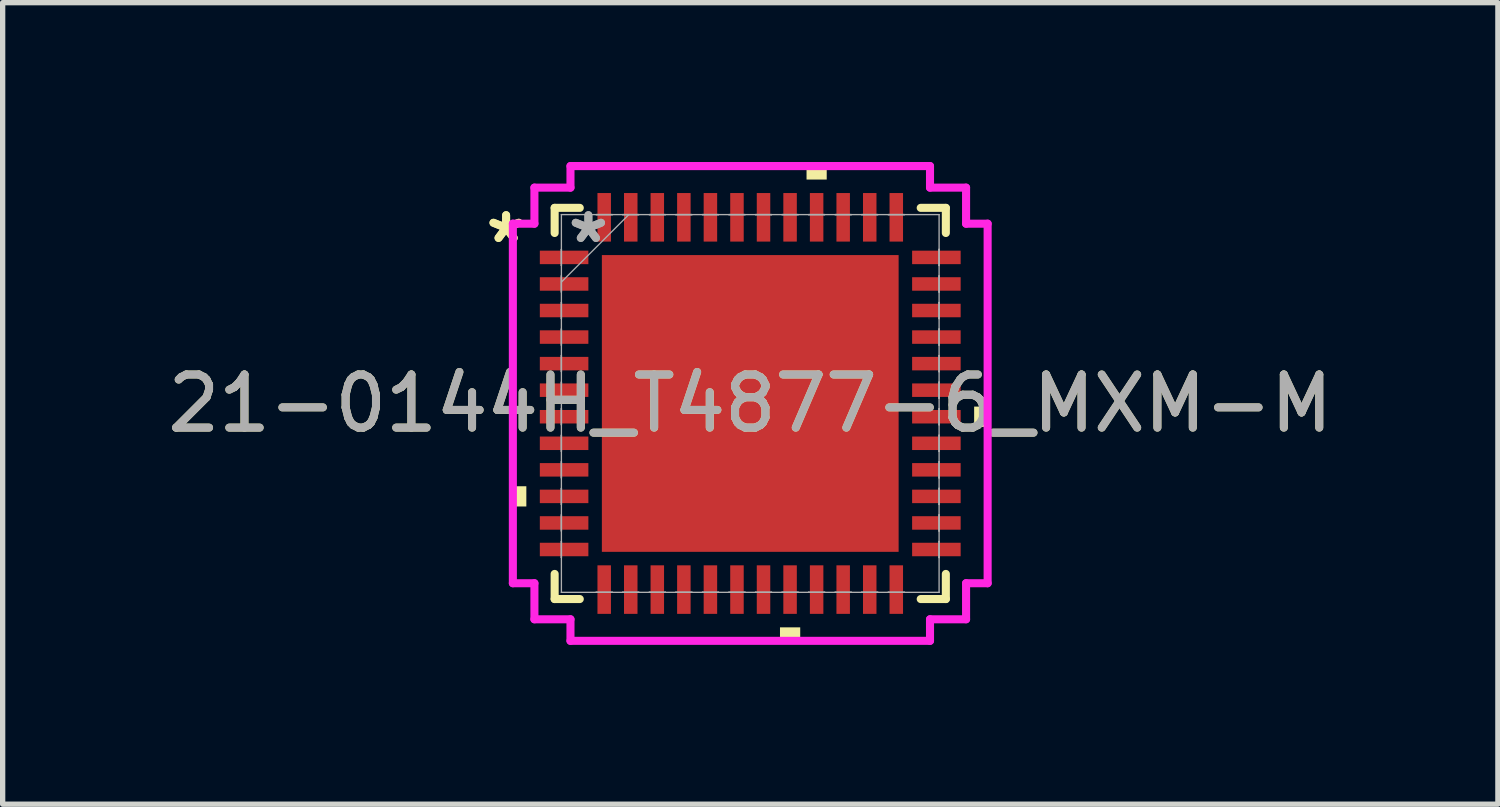
<source format=kicad_pcb>
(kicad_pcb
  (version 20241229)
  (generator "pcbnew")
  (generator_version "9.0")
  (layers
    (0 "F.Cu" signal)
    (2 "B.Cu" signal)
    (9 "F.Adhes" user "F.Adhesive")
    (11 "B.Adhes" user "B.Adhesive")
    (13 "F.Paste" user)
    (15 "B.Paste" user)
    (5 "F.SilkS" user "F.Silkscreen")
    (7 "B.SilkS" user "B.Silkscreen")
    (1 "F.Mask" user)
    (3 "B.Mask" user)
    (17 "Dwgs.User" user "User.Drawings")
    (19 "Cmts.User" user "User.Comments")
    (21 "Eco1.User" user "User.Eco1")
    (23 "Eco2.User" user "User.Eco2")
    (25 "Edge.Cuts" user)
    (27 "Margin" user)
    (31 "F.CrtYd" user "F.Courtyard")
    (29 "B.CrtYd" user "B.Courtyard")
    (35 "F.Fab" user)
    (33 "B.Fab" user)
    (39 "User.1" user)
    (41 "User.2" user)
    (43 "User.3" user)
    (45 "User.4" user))
  (footprint "21-0144H_T4877-6_MXM-M"
    (layer "F.Cu")
    (at 11.077 4.547)
    (property "Reference" "21-0144H_T4877-6_MXM-M" (at 0 0 0) (unlocked yes) (layer "F.SilkS") (effects (font (size 1 1) (thickness 0.15))))
    (attr smd)
    (fp_line (start -3.683 -3.683) (end -3.683 -3.21) (stroke (width 0.152) (type solid)) (layer "F.SilkS"))
    (fp_line (start -3.683 3.21) (end -3.683 3.683) (stroke (width 0.152) (type solid)) (layer "F.SilkS"))
    (fp_line (start -3.683 3.683) (end -3.21 3.683) (stroke (width 0.152) (type solid)) (layer "F.SilkS"))
    (fp_line (start -3.21 -3.683) (end -3.683 -3.683) (stroke (width 0.152) (type solid)) (layer "F.SilkS"))
    (fp_line (start 3.21 3.683) (end 3.683 3.683) (stroke (width 0.152) (type solid)) (layer "F.SilkS"))
    (fp_line (start 3.683 -3.683) (end 3.21 -3.683) (stroke (width 0.152) (type solid)) (layer "F.SilkS"))
    (fp_line (start 3.683 -3.21) (end 3.683 -3.683) (stroke (width 0.152) (type solid)) (layer "F.SilkS"))
    (fp_line (start 3.683 3.683) (end 3.683 3.21) (stroke (width 0.152) (type solid)) (layer "F.SilkS"))
    (fp_poly (pts (xy -4.47 1.559) (xy -4.47 1.94) (xy -4.216 1.94) (xy -4.216 1.559)) (stroke (width 0) (type solid)) (fill yes) (layer "F.SilkS"))
    (fp_poly (pts (xy 0.56 4.216) (xy 0.56 4.47) (xy 0.941 4.47) (xy 0.941 4.216)) (stroke (width 0) (type solid)) (fill yes) (layer "F.SilkS"))
    (fp_poly (pts (xy 1.06 -4.216) (xy 1.06 -4.47) (xy 1.44 -4.47) (xy 1.44 -4.216)) (stroke (width 0) (type solid)) (fill yes) (layer "F.SilkS"))
    (fp_poly (pts (xy 4.47 0.059) (xy 4.47 0.441) (xy 4.216 0.441) (xy 4.216 0.059)) (stroke (width 0) (type solid)) (fill yes) (layer "F.SilkS"))
    (fp_poly (pts (xy -2.694 -2.694) (xy -2.694 -1.497) (xy -1.497 -1.497) (xy -1.497 -2.694)) (stroke (width 0) (type solid)) (fill yes) (layer "F.Paste"))
    (fp_poly (pts (xy -2.694 -1.297) (xy -2.694 -0.1) (xy -1.497 -0.1) (xy -1.497 -1.297)) (stroke (width 0) (type solid)) (fill yes) (layer "F.Paste"))
    (fp_poly (pts (xy -2.694 0.1) (xy -2.694 1.297) (xy -1.497 1.297) (xy -1.497 0.1)) (stroke (width 0) (type solid)) (fill yes) (layer "F.Paste"))
    (fp_poly (pts (xy -2.694 1.497) (xy -2.694 2.694) (xy -1.497 2.694) (xy -1.497 1.497)) (stroke (width 0) (type solid)) (fill yes) (layer "F.Paste"))
    (fp_poly (pts (xy -1.297 -2.694) (xy -1.297 -1.497) (xy -0.1 -1.497) (xy -0.1 -2.694)) (stroke (width 0) (type solid)) (fill yes) (layer "F.Paste"))
    (fp_poly (pts (xy -1.297 -1.297) (xy -1.297 -0.1) (xy -0.1 -0.1) (xy -0.1 -1.297)) (stroke (width 0) (type solid)) (fill yes) (layer "F.Paste"))
    (fp_poly (pts (xy -1.297 0.1) (xy -1.297 1.297) (xy -0.1 1.297) (xy -0.1 0.1)) (stroke (width 0) (type solid)) (fill yes) (layer "F.Paste"))
    (fp_poly (pts (xy -1.297 1.497) (xy -1.297 2.694) (xy -0.1 2.694) (xy -0.1 1.497)) (stroke (width 0) (type solid)) (fill yes) (layer "F.Paste"))
    (fp_poly (pts (xy 0.1 -2.694) (xy 0.1 -1.497) (xy 1.297 -1.497) (xy 1.297 -2.694)) (stroke (width 0) (type solid)) (fill yes) (layer "F.Paste"))
    (fp_poly (pts (xy 0.1 -1.297) (xy 0.1 -0.1) (xy 1.297 -0.1) (xy 1.297 -1.297)) (stroke (width 0) (type solid)) (fill yes) (layer "F.Paste"))
    (fp_poly (pts (xy 0.1 0.1) (xy 0.1 1.297) (xy 1.297 1.297) (xy 1.297 0.1)) (stroke (width 0) (type solid)) (fill yes) (layer "F.Paste"))
    (fp_poly (pts (xy 0.1 1.497) (xy 0.1 2.694) (xy 1.297 2.694) (xy 1.297 1.497)) (stroke (width 0) (type solid)) (fill yes) (layer "F.Paste"))
    (fp_poly (pts (xy 1.497 -2.694) (xy 1.497 -1.497) (xy 2.694 -1.497) (xy 2.694 -2.694)) (stroke (width 0) (type solid)) (fill yes) (layer "F.Paste"))
    (fp_poly (pts (xy 1.497 -1.297) (xy 1.497 -0.1) (xy 2.694 -0.1) (xy 2.694 -1.297)) (stroke (width 0) (type solid)) (fill yes) (layer "F.Paste"))
    (fp_poly (pts (xy 1.497 0.1) (xy 1.497 1.297) (xy 2.694 1.297) (xy 2.694 0.1)) (stroke (width 0) (type solid)) (fill yes) (layer "F.Paste"))
    (fp_poly (pts (xy 1.497 1.497) (xy 1.497 2.694) (xy 2.694 2.694) (xy 2.694 1.497)) (stroke (width 0) (type solid)) (fill yes) (layer "F.Paste"))
    (fp_line (start -4.47 -3.385) (end -4.064 -3.385) (stroke (width 0.152) (type solid)) (layer "F.CrtYd"))
    (fp_line (start -4.47 3.385) (end -4.47 -3.385) (stroke (width 0.152) (type solid)) (layer "F.CrtYd"))
    (fp_line (start -4.064 -4.064) (end -3.385 -4.064) (stroke (width 0.152) (type solid)) (layer "F.CrtYd"))
    (fp_line (start -4.064 -3.385) (end -4.064 -4.064) (stroke (width 0.152) (type solid)) (layer "F.CrtYd"))
    (fp_line (start -4.064 3.385) (end -4.47 3.385) (stroke (width 0.152) (type solid)) (layer "F.CrtYd"))
    (fp_line (start -4.064 4.064) (end -4.064 3.385) (stroke (width 0.152) (type solid)) (layer "F.CrtYd"))
    (fp_line (start -3.385 -4.47) (end 3.385 -4.47) (stroke (width 0.152) (type solid)) (layer "F.CrtYd"))
    (fp_line (start -3.385 -4.064) (end -3.385 -4.47) (stroke (width 0.152) (type solid)) (layer "F.CrtYd"))
    (fp_line (start -3.385 4.064) (end -4.064 4.064) (stroke (width 0.152) (type solid)) (layer "F.CrtYd"))
    (fp_line (start -3.385 4.47) (end -3.385 4.064) (stroke (width 0.152) (type solid)) (layer "F.CrtYd"))
    (fp_line (start 3.385 -4.47) (end 3.385 -4.064) (stroke (width 0.152) (type solid)) (layer "F.CrtYd"))
    (fp_line (start 3.385 -4.064) (end 4.064 -4.064) (stroke (width 0.152) (type solid)) (layer "F.CrtYd"))
    (fp_line (start 3.385 4.064) (end 3.385 4.47) (stroke (width 0.152) (type solid)) (layer "F.CrtYd"))
    (fp_line (start 3.385 4.47) (end -3.385 4.47) (stroke (width 0.152) (type solid)) (layer "F.CrtYd"))
    (fp_line (start 4.064 -4.064) (end 4.064 -3.385) (stroke (width 0.152) (type solid)) (layer "F.CrtYd"))
    (fp_line (start 4.064 -3.385) (end 4.47 -3.385) (stroke (width 0.152) (type solid)) (layer "F.CrtYd"))
    (fp_line (start 4.064 3.385) (end 4.064 4.064) (stroke (width 0.152) (type solid)) (layer "F.CrtYd"))
    (fp_line (start 4.064 4.064) (end 3.385 4.064) (stroke (width 0.152) (type solid)) (layer "F.CrtYd"))
    (fp_line (start 4.47 -3.385) (end 4.47 3.385) (stroke (width 0.152) (type solid)) (layer "F.CrtYd"))
    (fp_line (start 4.47 3.385) (end 4.064 3.385) (stroke (width 0.152) (type solid)) (layer "F.CrtYd"))
    (fp_line (start -3.556 -3.556) (end -3.556 -3.556) (stroke (width 0.025) (type solid)) (layer "F.Fab"))
    (fp_line (start -3.556 -3.556) (end -3.556 3.556) (stroke (width 0.025) (type solid)) (layer "F.Fab"))
    (fp_line (start -3.556 -2.902) (end -3.556 -2.902) (stroke (width 0.025) (type solid)) (layer "F.Fab"))
    (fp_line (start -3.556 -2.902) (end -3.556 -2.598) (stroke (width 0.025) (type solid)) (layer "F.Fab"))
    (fp_line (start -3.556 -2.598) (end -3.556 -2.902) (stroke (width 0.025) (type solid)) (layer "F.Fab"))
    (fp_line (start -3.556 -2.598) (end -3.556 -2.598) (stroke (width 0.025) (type solid)) (layer "F.Fab"))
    (fp_line (start -3.556 -2.402) (end -3.556 -2.402) (stroke (width 0.025) (type solid)) (layer "F.Fab"))
    (fp_line (start -3.556 -2.402) (end -3.556 -2.098) (stroke (width 0.025) (type solid)) (layer "F.Fab"))
    (fp_line (start -3.556 -2.286) (end -2.286 -3.556) (stroke (width 0.025) (type solid)) (layer "F.Fab"))
    (fp_line (start -3.556 -2.098) (end -3.556 -2.402) (stroke (width 0.025) (type solid)) (layer "F.Fab"))
    (fp_line (start -3.556 -2.098) (end -3.556 -2.098) (stroke (width 0.025) (type solid)) (layer "F.Fab"))
    (fp_line (start -3.556 -1.902) (end -3.556 -1.902) (stroke (width 0.025) (type solid)) (layer "F.Fab"))
    (fp_line (start -3.556 -1.902) (end -3.556 -1.598) (stroke (width 0.025) (type solid)) (layer "F.Fab"))
    (fp_line (start -3.556 -1.598) (end -3.556 -1.902) (stroke (width 0.025) (type solid)) (layer "F.Fab"))
    (fp_line (start -3.556 -1.598) (end -3.556 -1.598) (stroke (width 0.025) (type solid)) (layer "F.Fab"))
    (fp_line (start -3.556 -1.402) (end -3.556 -1.402) (stroke (width 0.025) (type solid)) (layer "F.Fab"))
    (fp_line (start -3.556 -1.402) (end -3.556 -1.098) (stroke (width 0.025) (type solid)) (layer "F.Fab"))
    (fp_line (start -3.556 -1.098) (end -3.556 -1.402) (stroke (width 0.025) (type solid)) (layer "F.Fab"))
    (fp_line (start -3.556 -1.098) (end -3.556 -1.098) (stroke (width 0.025) (type solid)) (layer "F.Fab"))
    (fp_line (start -3.556 -0.902) (end -3.556 -0.902) (stroke (width 0.025) (type solid)) (layer "F.Fab"))
    (fp_line (start -3.556 -0.902) (end -3.556 -0.598) (stroke (width 0.025) (type solid)) (layer "F.Fab"))
    (fp_line (start -3.556 -0.598) (end -3.556 -0.902) (stroke (width 0.025) (type solid)) (layer "F.Fab"))
    (fp_line (start -3.556 -0.598) (end -3.556 -0.598) (stroke (width 0.025) (type solid)) (layer "F.Fab"))
    (fp_line (start -3.556 -0.402) (end -3.556 -0.402) (stroke (width 0.025) (type solid)) (layer "F.Fab"))
    (fp_line (start -3.556 -0.402) (end -3.556 -0.098) (stroke (width 0.025) (type solid)) (layer "F.Fab"))
    (fp_line (start -3.556 -0.098) (end -3.556 -0.402) (stroke (width 0.025) (type solid)) (layer "F.Fab"))
    (fp_line (start -3.556 -0.098) (end -3.556 -0.098) (stroke (width 0.025) (type solid)) (layer "F.Fab"))
    (fp_line (start -3.556 0.098) (end -3.556 0.098) (stroke (width 0.025) (type solid)) (layer "F.Fab"))
    (fp_line (start -3.556 0.098) (end -3.556 0.402) (stroke (width 0.025) (type solid)) (layer "F.Fab"))
    (fp_line (start -3.556 0.402) (end -3.556 0.098) (stroke (width 0.025) (type solid)) (layer "F.Fab"))
    (fp_line (start -3.556 0.402) (end -3.556 0.402) (stroke (width 0.025) (type solid)) (layer "F.Fab"))
    (fp_line (start -3.556 0.598) (end -3.556 0.598) (stroke (width 0.025) (type solid)) (layer "F.Fab"))
    (fp_line (start -3.556 0.598) (end -3.556 0.902) (stroke (width 0.025) (type solid)) (layer "F.Fab"))
    (fp_line (start -3.556 0.902) (end -3.556 0.598) (stroke (width 0.025) (type solid)) (layer "F.Fab"))
    (fp_line (start -3.556 0.902) (end -3.556 0.902) (stroke (width 0.025) (type solid)) (layer "F.Fab"))
    (fp_line (start -3.556 1.098) (end -3.556 1.098) (stroke (width 0.025) (type solid)) (layer "F.Fab"))
    (fp_line (start -3.556 1.098) (end -3.556 1.402) (stroke (width 0.025) (type solid)) (layer "F.Fab"))
    (fp_line (start -3.556 1.402) (end -3.556 1.098) (stroke (width 0.025) (type solid)) (layer "F.Fab"))
    (fp_line (start -3.556 1.402) (end -3.556 1.402) (stroke (width 0.025) (type solid)) (layer "F.Fab"))
    (fp_line (start -3.556 1.598) (end -3.556 1.598) (stroke (width 0.025) (type solid)) (layer "F.Fab"))
    (fp_line (start -3.556 1.598) (end -3.556 1.902) (stroke (width 0.025) (type solid)) (layer "F.Fab"))
    (fp_line (start -3.556 1.902) (end -3.556 1.598) (stroke (width 0.025) (type solid)) (layer "F.Fab"))
    (fp_line (start -3.556 1.902) (end -3.556 1.902) (stroke (width 0.025) (type solid)) (layer "F.Fab"))
    (fp_line (start -3.556 2.098) (end -3.556 2.098) (stroke (width 0.025) (type solid)) (layer "F.Fab"))
    (fp_line (start -3.556 2.098) (end -3.556 2.402) (stroke (width 0.025) (type solid)) (layer "F.Fab"))
    (fp_line (start -3.556 2.402) (end -3.556 2.098) (stroke (width 0.025) (type solid)) (layer "F.Fab"))
    (fp_line (start -3.556 2.402) (end -3.556 2.402) (stroke (width 0.025) (type solid)) (layer "F.Fab"))
    (fp_line (start -3.556 2.598) (end -3.556 2.598) (stroke (width 0.025) (type solid)) (layer "F.Fab"))
    (fp_line (start -3.556 2.598) (end -3.556 2.902) (stroke (width 0.025) (type solid)) (layer "F.Fab"))
    (fp_line (start -3.556 2.902) (end -3.556 2.598) (stroke (width 0.025) (type solid)) (layer "F.Fab"))
    (fp_line (start -3.556 2.902) (end -3.556 2.902) (stroke (width 0.025) (type solid)) (layer "F.Fab"))
    (fp_line (start -3.556 3.556) (end -3.556 3.556) (stroke (width 0.025) (type solid)) (layer "F.Fab"))
    (fp_line (start -3.556 3.556) (end 3.556 3.556) (stroke (width 0.025) (type solid)) (layer "F.Fab"))
    (fp_line (start -2.902 -3.556) (end -2.902 -3.556) (stroke (width 0.025) (type solid)) (layer "F.Fab"))
    (fp_line (start -2.902 -3.556) (end -2.598 -3.556) (stroke (width 0.025) (type solid)) (layer "F.Fab"))
    (fp_line (start -2.902 3.556) (end -2.902 3.556) (stroke (width 0.025) (type solid)) (layer "F.Fab"))
    (fp_line (start -2.902 3.556) (end -2.598 3.556) (stroke (width 0.025) (type solid)) (layer "F.Fab"))
    (fp_line (start -2.598 -3.556) (end -2.902 -3.556) (stroke (width 0.025) (type solid)) (layer "F.Fab"))
    (fp_line (start -2.598 -3.556) (end -2.598 -3.556) (stroke (width 0.025) (type solid)) (layer "F.Fab"))
    (fp_line (start -2.598 3.556) (end -2.902 3.556) (stroke (width 0.025) (type solid)) (layer "F.Fab"))
    (fp_line (start -2.598 3.556) (end -2.598 3.556) (stroke (width 0.025) (type solid)) (layer "F.Fab"))
    (fp_line (start -2.402 -3.556) (end -2.402 -3.556) (stroke (width 0.025) (type solid)) (layer "F.Fab"))
    (fp_line (start -2.402 -3.556) (end -2.098 -3.556) (stroke (width 0.025) (type solid)) (layer "F.Fab"))
    (fp_line (start -2.402 3.556) (end -2.402 3.556) (stroke (width 0.025) (type solid)) (layer "F.Fab"))
    (fp_line (start -2.402 3.556) (end -2.098 3.556) (stroke (width 0.025) (type solid)) (layer "F.Fab"))
    (fp_line (start -2.098 -3.556) (end -2.402 -3.556) (stroke (width 0.025) (type solid)) (layer "F.Fab"))
    (fp_line (start -2.098 -3.556) (end -2.098 -3.556) (stroke (width 0.025) (type solid)) (layer "F.Fab"))
    (fp_line (start -2.098 3.556) (end -2.402 3.556) (stroke (width 0.025) (type solid)) (layer "F.Fab"))
    (fp_line (start -2.098 3.556) (end -2.098 3.556) (stroke (width 0.025) (type solid)) (layer "F.Fab"))
    (fp_line (start -1.902 -3.556) (end -1.902 -3.556) (stroke (width 0.025) (type solid)) (layer "F.Fab"))
    (fp_line (start -1.902 -3.556) (end -1.598 -3.556) (stroke (width 0.025) (type solid)) (layer "F.Fab"))
    (fp_line (start -1.902 3.556) (end -1.902 3.556) (stroke (width 0.025) (type solid)) (layer "F.Fab"))
    (fp_line (start -1.902 3.556) (end -1.598 3.556) (stroke (width 0.025) (type solid)) (layer "F.Fab"))
    (fp_line (start -1.598 -3.556) (end -1.902 -3.556) (stroke (width 0.025) (type solid)) (layer "F.Fab"))
    (fp_line (start -1.598 -3.556) (end -1.598 -3.556) (stroke (width 0.025) (type solid)) (layer "F.Fab"))
    (fp_line (start -1.598 3.556) (end -1.902 3.556) (stroke (width 0.025) (type solid)) (layer "F.Fab"))
    (fp_line (start -1.598 3.556) (end -1.598 3.556) (stroke (width 0.025) (type solid)) (layer "F.Fab"))
    (fp_line (start -1.402 -3.556) (end -1.402 -3.556) (stroke (width 0.025) (type solid)) (layer "F.Fab"))
    (fp_line (start -1.402 -3.556) (end -1.098 -3.556) (stroke (width 0.025) (type solid)) (layer "F.Fab"))
    (fp_line (start -1.402 3.556) (end -1.402 3.556) (stroke (width 0.025) (type solid)) (layer "F.Fab"))
    (fp_line (start -1.402 3.556) (end -1.098 3.556) (stroke (width 0.025) (type solid)) (layer "F.Fab"))
    (fp_line (start -1.098 -3.556) (end -1.402 -3.556) (stroke (width 0.025) (type solid)) (layer "F.Fab"))
    (fp_line (start -1.098 -3.556) (end -1.098 -3.556) (stroke (width 0.025) (type solid)) (layer "F.Fab"))
    (fp_line (start -1.098 3.556) (end -1.402 3.556) (stroke (width 0.025) (type solid)) (layer "F.Fab"))
    (fp_line (start -1.098 3.556) (end -1.098 3.556) (stroke (width 0.025) (type solid)) (layer "F.Fab"))
    (fp_line (start -0.902 -3.556) (end -0.902 -3.556) (stroke (width 0.025) (type solid)) (layer "F.Fab"))
    (fp_line (start -0.902 -3.556) (end -0.598 -3.556) (stroke (width 0.025) (type solid)) (layer "F.Fab"))
    (fp_line (start -0.902 3.556) (end -0.902 3.556) (stroke (width 0.025) (type solid)) (layer "F.Fab"))
    (fp_line (start -0.902 3.556) (end -0.598 3.556) (stroke (width 0.025) (type solid)) (layer "F.Fab"))
    (fp_line (start -0.598 -3.556) (end -0.902 -3.556) (stroke (width 0.025) (type solid)) (layer "F.Fab"))
    (fp_line (start -0.598 -3.556) (end -0.598 -3.556) (stroke (width 0.025) (type solid)) (layer "F.Fab"))
    (fp_line (start -0.598 3.556) (end -0.902 3.556) (stroke (width 0.025) (type solid)) (layer "F.Fab"))
    (fp_line (start -0.598 3.556) (end -0.598 3.556) (stroke (width 0.025) (type solid)) (layer "F.Fab"))
    (fp_line (start -0.402 -3.556) (end -0.402 -3.556) (stroke (width 0.025) (type solid)) (layer "F.Fab"))
    (fp_line (start -0.402 -3.556) (end -0.098 -3.556) (stroke (width 0.025) (type solid)) (layer "F.Fab"))
    (fp_line (start -0.402 3.556) (end -0.402 3.556) (stroke (width 0.025) (type solid)) (layer "F.Fab"))
    (fp_line (start -0.402 3.556) (end -0.098 3.556) (stroke (width 0.025) (type solid)) (layer "F.Fab"))
    (fp_line (start -0.098 -3.556) (end -0.402 -3.556) (stroke (width 0.025) (type solid)) (layer "F.Fab"))
    (fp_line (start -0.098 -3.556) (end -0.098 -3.556) (stroke (width 0.025) (type solid)) (layer "F.Fab"))
    (fp_line (start -0.098 3.556) (end -0.402 3.556) (stroke (width 0.025) (type solid)) (layer "F.Fab"))
    (fp_line (start -0.098 3.556) (end -0.098 3.556) (stroke (width 0.025) (type solid)) (layer "F.Fab"))
    (fp_line (start 0.098 -3.556) (end 0.098 -3.556) (stroke (width 0.025) (type solid)) (layer "F.Fab"))
    (fp_line (start 0.098 -3.556) (end 0.402 -3.556) (stroke (width 0.025) (type solid)) (layer "F.Fab"))
    (fp_line (start 0.098 3.556) (end 0.098 3.556) (stroke (width 0.025) (type solid)) (layer "F.Fab"))
    (fp_line (start 0.098 3.556) (end 0.402 3.556) (stroke (width 0.025) (type solid)) (layer "F.Fab"))
    (fp_line (start 0.402 -3.556) (end 0.098 -3.556) (stroke (width 0.025) (type solid)) (layer "F.Fab"))
    (fp_line (start 0.402 -3.556) (end 0.402 -3.556) (stroke (width 0.025) (type solid)) (layer "F.Fab"))
    (fp_line (start 0.402 3.556) (end 0.098 3.556) (stroke (width 0.025) (type solid)) (layer "F.Fab"))
    (fp_line (start 0.402 3.556) (end 0.402 3.556) (stroke (width 0.025) (type solid)) (layer "F.Fab"))
    (fp_line (start 0.598 -3.556) (end 0.598 -3.556) (stroke (width 0.025) (type solid)) (layer "F.Fab"))
    (fp_line (start 0.598 -3.556) (end 0.902 -3.556) (stroke (width 0.025) (type solid)) (layer "F.Fab"))
    (fp_line (start 0.598 3.556) (end 0.598 3.556) (stroke (width 0.025) (type solid)) (layer "F.Fab"))
    (fp_line (start 0.598 3.556) (end 0.902 3.556) (stroke (width 0.025) (type solid)) (layer "F.Fab"))
    (fp_line (start 0.902 -3.556) (end 0.598 -3.556) (stroke (width 0.025) (type solid)) (layer "F.Fab"))
    (fp_line (start 0.902 -3.556) (end 0.902 -3.556) (stroke (width 0.025) (type solid)) (layer "F.Fab"))
    (fp_line (start 0.902 3.556) (end 0.598 3.556) (stroke (width 0.025) (type solid)) (layer "F.Fab"))
    (fp_line (start 0.902 3.556) (end 0.902 3.556) (stroke (width 0.025) (type solid)) (layer "F.Fab"))
    (fp_line (start 1.098 -3.556) (end 1.098 -3.556) (stroke (width 0.025) (type solid)) (layer "F.Fab"))
    (fp_line (start 1.098 -3.556) (end 1.402 -3.556) (stroke (width 0.025) (type solid)) (layer "F.Fab"))
    (fp_line (start 1.098 3.556) (end 1.098 3.556) (stroke (width 0.025) (type solid)) (layer "F.Fab"))
    (fp_line (start 1.098 3.556) (end 1.402 3.556) (stroke (width 0.025) (type solid)) (layer "F.Fab"))
    (fp_line (start 1.402 -3.556) (end 1.098 -3.556) (stroke (width 0.025) (type solid)) (layer "F.Fab"))
    (fp_line (start 1.402 -3.556) (end 1.402 -3.556) (stroke (width 0.025) (type solid)) (layer "F.Fab"))
    (fp_line (start 1.402 3.556) (end 1.098 3.556) (stroke (width 0.025) (type solid)) (layer "F.Fab"))
    (fp_line (start 1.402 3.556) (end 1.402 3.556) (stroke (width 0.025) (type solid)) (layer "F.Fab"))
    (fp_line (start 1.598 -3.556) (end 1.598 -3.556) (stroke (width 0.025) (type solid)) (layer "F.Fab"))
    (fp_line (start 1.598 -3.556) (end 1.902 -3.556) (stroke (width 0.025) (type solid)) (layer "F.Fab"))
    (fp_line (start 1.598 3.556) (end 1.598 3.556) (stroke (width 0.025) (type solid)) (layer "F.Fab"))
    (fp_line (start 1.598 3.556) (end 1.902 3.556) (stroke (width 0.025) (type solid)) (layer "F.Fab"))
    (fp_line (start 1.902 -3.556) (end 1.598 -3.556) (stroke (width 0.025) (type solid)) (layer "F.Fab"))
    (fp_line (start 1.902 -3.556) (end 1.902 -3.556) (stroke (width 0.025) (type solid)) (layer "F.Fab"))
    (fp_line (start 1.902 3.556) (end 1.598 3.556) (stroke (width 0.025) (type solid)) (layer "F.Fab"))
    (fp_line (start 1.902 3.556) (end 1.902 3.556) (stroke (width 0.025) (type solid)) (layer "F.Fab"))
    (fp_line (start 2.098 -3.556) (end 2.098 -3.556) (stroke (width 0.025) (type solid)) (layer "F.Fab"))
    (fp_line (start 2.098 -3.556) (end 2.402 -3.556) (stroke (width 0.025) (type solid)) (layer "F.Fab"))
    (fp_line (start 2.098 3.556) (end 2.098 3.556) (stroke (width 0.025) (type solid)) (layer "F.Fab"))
    (fp_line (start 2.098 3.556) (end 2.402 3.556) (stroke (width 0.025) (type solid)) (layer "F.Fab"))
    (fp_line (start 2.402 -3.556) (end 2.098 -3.556) (stroke (width 0.025) (type solid)) (layer "F.Fab"))
    (fp_line (start 2.402 -3.556) (end 2.402 -3.556) (stroke (width 0.025) (type solid)) (layer "F.Fab"))
    (fp_line (start 2.402 3.556) (end 2.098 3.556) (stroke (width 0.025) (type solid)) (layer "F.Fab"))
    (fp_line (start 2.402 3.556) (end 2.402 3.556) (stroke (width 0.025) (type solid)) (layer "F.Fab"))
    (fp_line (start 2.598 -3.556) (end 2.598 -3.556) (stroke (width 0.025) (type solid)) (layer "F.Fab"))
    (fp_line (start 2.598 -3.556) (end 2.902 -3.556) (stroke (width 0.025) (type solid)) (layer "F.Fab"))
    (fp_line (start 2.598 3.556) (end 2.598 3.556) (stroke (width 0.025) (type solid)) (layer "F.Fab"))
    (fp_line (start 2.598 3.556) (end 2.902 3.556) (stroke (width 0.025) (type solid)) (layer "F.Fab"))
    (fp_line (start 2.902 -3.556) (end 2.598 -3.556) (stroke (width 0.025) (type solid)) (layer "F.Fab"))
    (fp_line (start 2.902 -3.556) (end 2.902 -3.556) (stroke (width 0.025) (type solid)) (layer "F.Fab"))
    (fp_line (start 2.902 3.556) (end 2.598 3.556) (stroke (width 0.025) (type solid)) (layer "F.Fab"))
    (fp_line (start 2.902 3.556) (end 2.902 3.556) (stroke (width 0.025) (type solid)) (layer "F.Fab"))
    (fp_line (start 3.556 -3.556) (end -3.556 -3.556) (stroke (width 0.025) (type solid)) (layer "F.Fab"))
    (fp_line (start 3.556 -3.556) (end 3.556 -3.556) (stroke (width 0.025) (type solid)) (layer "F.Fab"))
    (fp_line (start 3.556 -2.902) (end 3.556 -2.902) (stroke (width 0.025) (type solid)) (layer "F.Fab"))
    (fp_line (start 3.556 -2.902) (end 3.556 -2.598) (stroke (width 0.025) (type solid)) (layer "F.Fab"))
    (fp_line (start 3.556 -2.598) (end 3.556 -2.902) (stroke (width 0.025) (type solid)) (layer "F.Fab"))
    (fp_line (start 3.556 -2.598) (end 3.556 -2.598) (stroke (width 0.025) (type solid)) (layer "F.Fab"))
    (fp_line (start 3.556 -2.402) (end 3.556 -2.402) (stroke (width 0.025) (type solid)) (layer "F.Fab"))
    (fp_line (start 3.556 -2.402) (end 3.556 -2.098) (stroke (width 0.025) (type solid)) (layer "F.Fab"))
    (fp_line (start 3.556 -2.098) (end 3.556 -2.402) (stroke (width 0.025) (type solid)) (layer "F.Fab"))
    (fp_line (start 3.556 -2.098) (end 3.556 -2.098) (stroke (width 0.025) (type solid)) (layer "F.Fab"))
    (fp_line (start 3.556 -1.902) (end 3.556 -1.902) (stroke (width 0.025) (type solid)) (layer "F.Fab"))
    (fp_line (start 3.556 -1.902) (end 3.556 -1.598) (stroke (width 0.025) (type solid)) (layer "F.Fab"))
    (fp_line (start 3.556 -1.598) (end 3.556 -1.902) (stroke (width 0.025) (type solid)) (layer "F.Fab"))
    (fp_line (start 3.556 -1.598) (end 3.556 -1.598) (stroke (width 0.025) (type solid)) (layer "F.Fab"))
    (fp_line (start 3.556 -1.402) (end 3.556 -1.402) (stroke (width 0.025) (type solid)) (layer "F.Fab"))
    (fp_line (start 3.556 -1.402) (end 3.556 -1.098) (stroke (width 0.025) (type solid)) (layer "F.Fab"))
    (fp_line (start 3.556 -1.098) (end 3.556 -1.402) (stroke (width 0.025) (type solid)) (layer "F.Fab"))
    (fp_line (start 3.556 -1.098) (end 3.556 -1.098) (stroke (width 0.025) (type solid)) (layer "F.Fab"))
    (fp_line (start 3.556 -0.902) (end 3.556 -0.902) (stroke (width 0.025) (type solid)) (layer "F.Fab"))
    (fp_line (start 3.556 -0.902) (end 3.556 -0.598) (stroke (width 0.025) (type solid)) (layer "F.Fab"))
    (fp_line (start 3.556 -0.598) (end 3.556 -0.902) (stroke (width 0.025) (type solid)) (layer "F.Fab"))
    (fp_line (start 3.556 -0.598) (end 3.556 -0.598) (stroke (width 0.025) (type solid)) (layer "F.Fab"))
    (fp_line (start 3.556 -0.402) (end 3.556 -0.402) (stroke (width 0.025) (type solid)) (layer "F.Fab"))
    (fp_line (start 3.556 -0.402) (end 3.556 -0.098) (stroke (width 0.025) (type solid)) (layer "F.Fab"))
    (fp_line (start 3.556 -0.098) (end 3.556 -0.402) (stroke (width 0.025) (type solid)) (layer "F.Fab"))
    (fp_line (start 3.556 -0.098) (end 3.556 -0.098) (stroke (width 0.025) (type solid)) (layer "F.Fab"))
    (fp_line (start 3.556 0.098) (end 3.556 0.098) (stroke (width 0.025) (type solid)) (layer "F.Fab"))
    (fp_line (start 3.556 0.098) (end 3.556 0.402) (stroke (width 0.025) (type solid)) (layer "F.Fab"))
    (fp_line (start 3.556 0.402) (end 3.556 0.098) (stroke (width 0.025) (type solid)) (layer "F.Fab"))
    (fp_line (start 3.556 0.402) (end 3.556 0.402) (stroke (width 0.025) (type solid)) (layer "F.Fab"))
    (fp_line (start 3.556 0.598) (end 3.556 0.598) (stroke (width 0.025) (type solid)) (layer "F.Fab"))
    (fp_line (start 3.556 0.598) (end 3.556 0.902) (stroke (width 0.025) (type solid)) (layer "F.Fab"))
    (fp_line (start 3.556 0.902) (end 3.556 0.598) (stroke (width 0.025) (type solid)) (layer "F.Fab"))
    (fp_line (start 3.556 0.902) (end 3.556 0.902) (stroke (width 0.025) (type solid)) (layer "F.Fab"))
    (fp_line (start 3.556 1.098) (end 3.556 1.098) (stroke (width 0.025) (type solid)) (layer "F.Fab"))
    (fp_line (start 3.556 1.098) (end 3.556 1.402) (stroke (width 0.025) (type solid)) (layer "F.Fab"))
    (fp_line (start 3.556 1.402) (end 3.556 1.098) (stroke (width 0.025) (type solid)) (layer "F.Fab"))
    (fp_line (start 3.556 1.402) (end 3.556 1.402) (stroke (width 0.025) (type solid)) (layer "F.Fab"))
    (fp_line (start 3.556 1.598) (end 3.556 1.598) (stroke (width 0.025) (type solid)) (layer "F.Fab"))
    (fp_line (start 3.556 1.598) (end 3.556 1.902) (stroke (width 0.025) (type solid)) (layer "F.Fab"))
    (fp_line (start 3.556 1.902) (end 3.556 1.598) (stroke (width 0.025) (type solid)) (layer "F.Fab"))
    (fp_line (start 3.556 1.902) (end 3.556 1.902) (stroke (width 0.025) (type solid)) (layer "F.Fab"))
    (fp_line (start 3.556 2.098) (end 3.556 2.098) (stroke (width 0.025) (type solid)) (layer "F.Fab"))
    (fp_line (start 3.556 2.098) (end 3.556 2.402) (stroke (width 0.025) (type solid)) (layer "F.Fab"))
    (fp_line (start 3.556 2.402) (end 3.556 2.098) (stroke (width 0.025) (type solid)) (layer "F.Fab"))
    (fp_line (start 3.556 2.402) (end 3.556 2.402) (stroke (width 0.025) (type solid)) (layer "F.Fab"))
    (fp_line (start 3.556 2.598) (end 3.556 2.598) (stroke (width 0.025) (type solid)) (layer "F.Fab"))
    (fp_line (start 3.556 2.598) (end 3.556 2.902) (stroke (width 0.025) (type solid)) (layer "F.Fab"))
    (fp_line (start 3.556 2.902) (end 3.556 2.598) (stroke (width 0.025) (type solid)) (layer "F.Fab"))
    (fp_line (start 3.556 2.902) (end 3.556 2.902) (stroke (width 0.025) (type solid)) (layer "F.Fab"))
    (fp_line (start 3.556 3.556) (end 3.556 -3.556) (stroke (width 0.025) (type solid)) (layer "F.Fab"))
    (fp_line (start 3.556 3.556) (end 3.556 3.556) (stroke (width 0.025) (type solid)) (layer "F.Fab"))
    (fp_text user "*" (at -4.597 -3 0) (unlocked yes) (layer "F.SilkS") (effects (font (size 1 1) (thickness 0.15))))
    (fp_text user "*" (at -4.597 -3 0) (layer "F.SilkS") (effects (font (size 1 1) (thickness 0.15))))
    (fp_text user "${REFERENCE}" (at 0 0 0) (unlocked yes) (layer "F.Fab") (effects (font (size 1 1) (thickness 0.15))))
    (fp_text user "*" (at -3.048 -3 0) (layer "F.Fab") (effects (font (size 1 1) (thickness 0.15))))
    (fp_text user "*" (at -3.048 -3 0) (unlocked yes) (layer "F.Fab") (effects (font (size 1 1) (thickness 0.15))))
    (pad "1" smd rect (at -3.505 -2.75 90) (size 0.254 0.914) (layers "F.Cu" "F.Mask" "F.Paste"))
    (pad "2" smd rect (at -3.505 -2.25 90) (size 0.254 0.914) (layers "F.Cu" "F.Mask" "F.Paste"))
    (pad "3" smd rect (at -3.505 -1.75 90) (size 0.254 0.914) (layers "F.Cu" "F.Mask" "F.Paste"))
    (pad "4" smd rect (at -3.505 -1.25 90) (size 0.254 0.914) (layers "F.Cu" "F.Mask" "F.Paste"))
    (pad "5" smd rect (at -3.505 -0.75 90) (size 0.254 0.914) (layers "F.Cu" "F.Mask" "F.Paste"))
    (pad "6" smd rect (at -3.505 -0.25 90) (size 0.254 0.914) (layers "F.Cu" "F.Mask" "F.Paste"))
    (pad "7" smd rect (at -3.505 0.25 90) (size 0.254 0.914) (layers "F.Cu" "F.Mask" "F.Paste"))
    (pad "8" smd rect (at -3.505 0.75 90) (size 0.254 0.914) (layers "F.Cu" "F.Mask" "F.Paste"))
    (pad "9" smd rect (at -3.505 1.25 90) (size 0.254 0.914) (layers "F.Cu" "F.Mask" "F.Paste"))
    (pad "10" smd rect (at -3.505 1.75 90) (size 0.254 0.914) (layers "F.Cu" "F.Mask" "F.Paste"))
    (pad "11" smd rect (at -3.505 2.25 90) (size 0.254 0.914) (layers "F.Cu" "F.Mask" "F.Paste"))
    (pad "12" smd rect (at -3.505 2.75 90) (size 0.254 0.914) (layers "F.Cu" "F.Mask" "F.Paste"))
    (pad "13" smd rect (at -2.75 3.505) (size 0.254 0.914) (layers "F.Cu" "F.Mask" "F.Paste"))
    (pad "14" smd rect (at -2.25 3.505) (size 0.254 0.914) (layers "F.Cu" "F.Mask" "F.Paste"))
    (pad "15" smd rect (at -1.75 3.505) (size 0.254 0.914) (layers "F.Cu" "F.Mask" "F.Paste"))
    (pad "16" smd rect (at -1.25 3.505) (size 0.254 0.914) (layers "F.Cu" "F.Mask" "F.Paste"))
    (pad "17" smd rect (at -0.75 3.505) (size 0.254 0.914) (layers "F.Cu" "F.Mask" "F.Paste"))
    (pad "18" smd rect (at -0.25 3.505) (size 0.254 0.914) (layers "F.Cu" "F.Mask" "F.Paste"))
    (pad "19" smd rect (at 0.25 3.505) (size 0.254 0.914) (layers "F.Cu" "F.Mask" "F.Paste"))
    (pad "20" smd rect (at 0.75 3.505) (size 0.254 0.914) (layers "F.Cu" "F.Mask" "F.Paste"))
    (pad "21" smd rect (at 1.25 3.505) (size 0.254 0.914) (layers "F.Cu" "F.Mask" "F.Paste"))
    (pad "22" smd rect (at 1.75 3.505) (size 0.254 0.914) (layers "F.Cu" "F.Mask" "F.Paste"))
    (pad "23" smd rect (at 2.25 3.505) (size 0.254 0.914) (layers "F.Cu" "F.Mask" "F.Paste"))
    (pad "24" smd rect (at 2.75 3.505) (size 0.254 0.914) (layers "F.Cu" "F.Mask" "F.Paste"))
    (pad "25" smd rect (at 3.505 2.75 90) (size 0.254 0.914) (layers "F.Cu" "F.Mask" "F.Paste"))
    (pad "26" smd rect (at 3.505 2.25 90) (size 0.254 0.914) (layers "F.Cu" "F.Mask" "F.Paste"))
    (pad "27" smd rect (at 3.505 1.75 90) (size 0.254 0.914) (layers "F.Cu" "F.Mask" "F.Paste"))
    (pad "28" smd rect (at 3.505 1.25 90) (size 0.254 0.914) (layers "F.Cu" "F.Mask" "F.Paste"))
    (pad "29" smd rect (at 3.505 0.75 90) (size 0.254 0.914) (layers "F.Cu" "F.Mask" "F.Paste"))
    (pad "30" smd rect (at 3.505 0.25 90) (size 0.254 0.914) (layers "F.Cu" "F.Mask" "F.Paste"))
    (pad "31" smd rect (at 3.505 -0.25 90) (size 0.254 0.914) (layers "F.Cu" "F.Mask" "F.Paste"))
    (pad "32" smd rect (at 3.505 -0.75 90) (size 0.254 0.914) (layers "F.Cu" "F.Mask" "F.Paste"))
    (pad "33" smd rect (at 3.505 -1.25 90) (size 0.254 0.914) (layers "F.Cu" "F.Mask" "F.Paste"))
    (pad "34" smd rect (at 3.505 -1.75 90) (size 0.254 0.914) (layers "F.Cu" "F.Mask" "F.Paste"))
    (pad "35" smd rect (at 3.505 -2.25 90) (size 0.254 0.914) (layers "F.Cu" "F.Mask" "F.Paste"))
    (pad "36" smd rect (at 3.505 -2.75 90) (size 0.254 0.914) (layers "F.Cu" "F.Mask" "F.Paste"))
    (pad "37" smd rect (at 2.75 -3.505) (size 0.254 0.914) (layers "F.Cu" "F.Mask" "F.Paste"))
    (pad "38" smd rect (at 2.25 -3.505) (size 0.254 0.914) (layers "F.Cu" "F.Mask" "F.Paste"))
    (pad "39" smd rect (at 1.75 -3.505) (size 0.254 0.914) (layers "F.Cu" "F.Mask" "F.Paste"))
    (pad "40" smd rect (at 1.25 -3.505) (size 0.254 0.914) (layers "F.Cu" "F.Mask" "F.Paste"))
    (pad "41" smd rect (at 0.75 -3.505) (size 0.254 0.914) (layers "F.Cu" "F.Mask" "F.Paste"))
    (pad "42" smd rect (at 0.25 -3.505) (size 0.254 0.914) (layers "F.Cu" "F.Mask" "F.Paste"))
    (pad "43" smd rect (at -0.25 -3.505) (size 0.254 0.914) (layers "F.Cu" "F.Mask" "F.Paste"))
    (pad "44" smd rect (at -0.75 -3.505) (size 0.254 0.914) (layers "F.Cu" "F.Mask" "F.Paste"))
    (pad "45" smd rect (at -1.25 -3.505) (size 0.254 0.914) (layers "F.Cu" "F.Mask" "F.Paste"))
    (pad "46" smd rect (at -1.75 -3.505) (size 0.254 0.914) (layers "F.Cu" "F.Mask" "F.Paste"))
    (pad "47" smd rect (at -2.25 -3.505) (size 0.254 0.914) (layers "F.Cu" "F.Mask" "F.Paste"))
    (pad "48" smd rect (at -2.75 -3.505) (size 0.254 0.914) (layers "F.Cu" "F.Mask" "F.Paste"))
    (pad "49" smd rect (at 0 0) (size 5.588 5.588) (layers "F.Cu" "F.Mask" "F.Paste")))
  (gr_rect
    (start -3 -3)
    (end 25.155 12.093)
    (stroke (width 0.1) (type default))
    (fill no)
    (layer "Edge.Cuts")))
</source>
